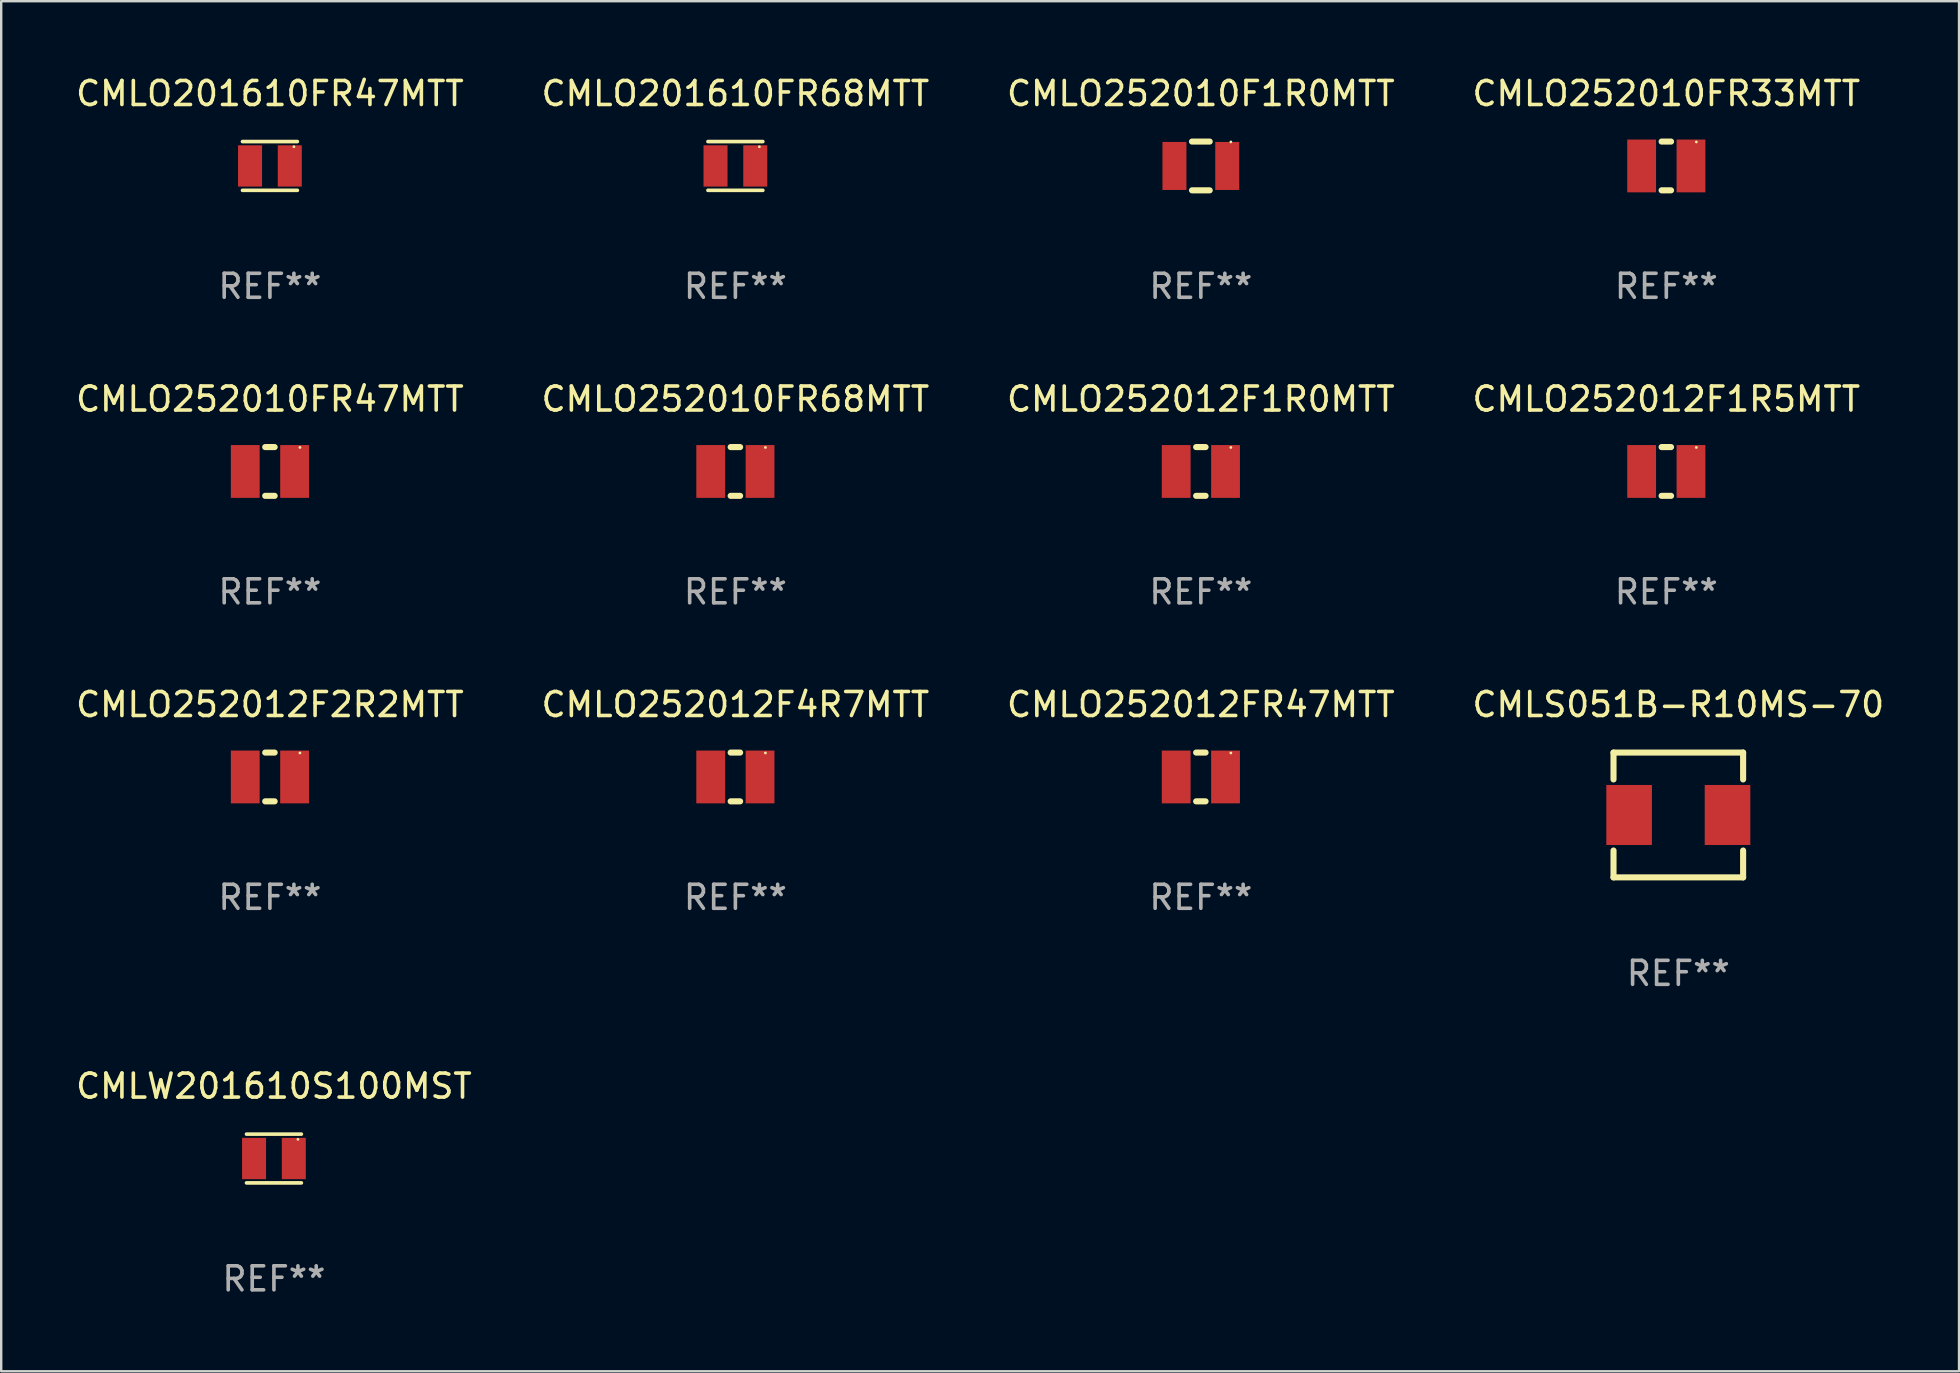
<source format=kicad_pcb>
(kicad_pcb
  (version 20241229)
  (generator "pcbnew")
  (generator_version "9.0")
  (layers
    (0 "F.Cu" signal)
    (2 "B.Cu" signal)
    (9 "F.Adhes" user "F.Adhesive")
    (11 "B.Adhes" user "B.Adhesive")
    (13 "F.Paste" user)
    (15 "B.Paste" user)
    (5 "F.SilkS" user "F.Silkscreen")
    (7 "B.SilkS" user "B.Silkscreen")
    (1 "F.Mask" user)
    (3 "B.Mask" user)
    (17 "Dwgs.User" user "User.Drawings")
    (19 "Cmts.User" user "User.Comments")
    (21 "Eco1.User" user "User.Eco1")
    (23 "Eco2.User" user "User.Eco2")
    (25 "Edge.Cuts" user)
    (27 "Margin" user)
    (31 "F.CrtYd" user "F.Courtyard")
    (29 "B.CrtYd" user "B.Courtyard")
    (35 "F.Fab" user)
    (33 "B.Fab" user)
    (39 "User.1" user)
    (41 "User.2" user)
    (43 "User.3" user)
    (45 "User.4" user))
  (footprint "CMLO252010F1R0MTT"
    (layer "F.Cu")
    (at 46.982 3.864)
    (property "Reference" "CMLO252010F1R0MTT" (at 0 -3.016 0) (layer "F.SilkS") (effects (font (size 1 1) (thickness 0.15))))
    (attr through_hole)
    (fp_line (start -0.369 1.016) (end 0.369 1.016) (stroke (width 0.254) (type solid)) (layer "F.SilkS"))
    (fp_line (start 0.369 -1.016) (end -0.369 -1.016) (stroke (width 0.254) (type solid)) (layer "F.SilkS"))
    (fp_circle (center 1.25 -1) (end 1.28 -1) (stroke (width 0.06) (type solid)) (fill no) (layer "F.SilkS"))
    (fp_text user "REF**" (at 0 5.016 0) (layer "F.Fab") (effects (font (size 1 1) (thickness 0.15))))
    (pad "1" smd rect (at 1.1 0) (size 1 2) (layers "F.Cu" "F.Mask" "F.Paste"))
    (pad "2" smd rect (at -1.1 0) (size 1 2) (layers "F.Cu" "F.Mask" "F.Paste")))
  (footprint "CMLO201610FR68MTT"
    (layer "F.Cu")
    (at 27.589 3.864)
    (property "Reference" "CMLO201610FR68MTT" (at 0 -3.016 0) (layer "F.SilkS") (effects (font (size 1 1) (thickness 0.15))))
    (attr through_hole)
    (fp_line (start -1.143 -1.016) (end 1.143 -1.016) (stroke (width 0.152) (type solid)) (layer "F.SilkS"))
    (fp_line (start 1.143 1.016) (end -1.143 1.016) (stroke (width 0.152) (type solid)) (layer "F.SilkS"))
    (fp_circle (center 1 -0.8) (end 1.03 -0.8) (stroke (width 0.06) (type solid)) (fill no) (layer "F.SilkS"))
    (fp_text user "REF**" (at 0 5.016 0) (layer "F.Fab") (effects (font (size 1 1) (thickness 0.15))))
    (pad "1" smd rect (at 0.828 0) (size 1 1.72) (layers "F.Cu" "F.Mask" "F.Paste"))
    (pad "2" smd rect (at -0.828 0) (size 1 1.72) (layers "F.Cu" "F.Mask" "F.Paste")))
  (footprint "CMLS051B-R10MS-70"
    (layer "F.Cu")
    (at 66.875 30.905)
    (property "Reference" "CMLS051B-R10MS-70" (at 0 -4.6 0) (layer "F.SilkS") (effects (font (size 1 1) (thickness 0.15))))
    (attr through_hole)
    (fp_line (start -2.7 -2.6) (end -2.7 -1.481) (stroke (width 0.254) (type solid)) (layer "F.SilkS"))
    (fp_line (start -2.7 -2.6) (end 2.7 -2.6) (stroke (width 0.254) (type solid)) (layer "F.SilkS"))
    (fp_line (start -2.7 1.481) (end -2.7 2.6) (stroke (width 0.254) (type solid)) (layer "F.SilkS"))
    (fp_line (start 2.7 -1.481) (end 2.7 -2.6) (stroke (width 0.254) (type solid)) (layer "F.SilkS"))
    (fp_line (start 2.7 2.6) (end -2.7 2.6) (stroke (width 0.254) (type solid)) (layer "F.SilkS"))
    (fp_line (start 2.7 2.6) (end 2.7 1.481) (stroke (width 0.254) (type solid)) (layer "F.SilkS"))
    (fp_circle (center -2.7 2.6) (end -2.67 2.6) (stroke (width 0.06) (type solid)) (fill no) (layer "F.SilkS"))
    (fp_text user "REF**" (at 0 6.6 0) (layer "F.Fab") (effects (font (size 1 1) (thickness 0.15))))
    (pad "1" smd rect (at -2.05 0) (size 1.9 2.5) (layers "F.Cu" "F.Mask" "F.Paste"))
    (pad "2" smd rect (at 2.05 0) (size 1.9 2.5) (layers "F.Cu" "F.Mask" "F.Paste")))
  (footprint "CMLO201610FR47MTT"
    (layer "F.Cu")
    (at 8.196 3.864)
    (property "Reference" "CMLO201610FR47MTT" (at 0 -3.016 0) (layer "F.SilkS") (effects (font (size 1 1) (thickness 0.15))))
    (attr through_hole)
    (fp_line (start -1.143 -1.016) (end 1.143 -1.016) (stroke (width 0.152) (type solid)) (layer "F.SilkS"))
    (fp_line (start 1.143 1.016) (end -1.143 1.016) (stroke (width 0.152) (type solid)) (layer "F.SilkS"))
    (fp_circle (center 1 -0.8) (end 1.03 -0.8) (stroke (width 0.06) (type solid)) (fill no) (layer "F.SilkS"))
    (fp_text user "REF**" (at 0 5.016 0) (layer "F.Fab") (effects (font (size 1 1) (thickness 0.15))))
    (pad "1" smd rect (at 0.828 0) (size 1 1.72) (layers "F.Cu" "F.Mask" "F.Paste"))
    (pad "2" smd rect (at -0.828 0) (size 1 1.72) (layers "F.Cu" "F.Mask" "F.Paste")))
  (footprint "CMLO252012FR47MTT"
    (layer "F.Cu")
    (at 46.982 29.321)
    (property "Reference" "CMLO252012FR47MTT" (at 0 -3.016 0) (layer "F.SilkS") (effects (font (size 1 1) (thickness 0.15))))
    (attr through_hole)
    (fp_line (start -0.197 1.016) (end 0.197 1.016) (stroke (width 0.254) (type solid)) (layer "F.SilkS"))
    (fp_line (start 0.197 -1.016) (end -0.197 -1.016) (stroke (width 0.254) (type solid)) (layer "F.SilkS"))
    (fp_circle (center 1.25 -1) (end 1.28 -1) (stroke (width 0.06) (type solid)) (fill no) (layer "F.SilkS"))
    (fp_text user "REF**" (at 0 5.016 0) (layer "F.Fab") (effects (font (size 1 1) (thickness 0.15))))
    (pad "1" smd rect (at 1.028 0) (size 1.2 2.2) (layers "F.Cu" "F.Mask" "F.Paste"))
    (pad "2" smd rect (at -1.028 0) (size 1.2 2.2) (layers "F.Cu" "F.Mask" "F.Paste")))
  (footprint "CMLO252012F1R0MTT"
    (layer "F.Cu")
    (at 46.982 16.593)
    (property "Reference" "CMLO252012F1R0MTT" (at 0 -3.016 0) (layer "F.SilkS") (effects (font (size 1 1) (thickness 0.15))))
    (attr through_hole)
    (fp_line (start -0.197 1.016) (end 0.197 1.016) (stroke (width 0.254) (type solid)) (layer "F.SilkS"))
    (fp_line (start 0.197 -1.016) (end -0.197 -1.016) (stroke (width 0.254) (type solid)) (layer "F.SilkS"))
    (fp_circle (center 1.25 -1) (end 1.28 -1) (stroke (width 0.06) (type solid)) (fill no) (layer "F.SilkS"))
    (fp_text user "REF**" (at 0 5.016 0) (layer "F.Fab") (effects (font (size 1 1) (thickness 0.15))))
    (pad "1" smd rect (at 1.028 0) (size 1.2 2.2) (layers "F.Cu" "F.Mask" "F.Paste"))
    (pad "2" smd rect (at -1.028 0) (size 1.2 2.2) (layers "F.Cu" "F.Mask" "F.Paste")))
  (footprint "CMLO252012F4R7MTT"
    (layer "F.Cu")
    (at 27.589 29.321)
    (property "Reference" "CMLO252012F4R7MTT" (at 0 -3.016 0) (layer "F.SilkS") (effects (font (size 1 1) (thickness 0.15))))
    (attr through_hole)
    (fp_line (start -0.197 1.016) (end 0.197 1.016) (stroke (width 0.254) (type solid)) (layer "F.SilkS"))
    (fp_line (start 0.197 -1.016) (end -0.197 -1.016) (stroke (width 0.254) (type solid)) (layer "F.SilkS"))
    (fp_circle (center 1.25 -1) (end 1.28 -1) (stroke (width 0.06) (type solid)) (fill no) (layer "F.SilkS"))
    (fp_text user "REF**" (at 0 5.016 0) (layer "F.Fab") (effects (font (size 1 1) (thickness 0.15))))
    (pad "1" smd rect (at 1.028 0) (size 1.2 2.2) (layers "F.Cu" "F.Mask" "F.Paste"))
    (pad "2" smd rect (at -1.028 0) (size 1.2 2.2) (layers "F.Cu" "F.Mask" "F.Paste")))
  (footprint "CMLO252012F2R2MTT"
    (layer "F.Cu")
    (at 8.196 29.321)
    (property "Reference" "CMLO252012F2R2MTT" (at 0 -3.016 0) (layer "F.SilkS") (effects (font (size 1 1) (thickness 0.15))))
    (attr through_hole)
    (fp_line (start -0.197 1.016) (end 0.197 1.016) (stroke (width 0.254) (type solid)) (layer "F.SilkS"))
    (fp_line (start 0.197 -1.016) (end -0.197 -1.016) (stroke (width 0.254) (type solid)) (layer "F.SilkS"))
    (fp_circle (center 1.25 -1) (end 1.28 -1) (stroke (width 0.06) (type solid)) (fill no) (layer "F.SilkS"))
    (fp_text user "REF**" (at 0 5.016 0) (layer "F.Fab") (effects (font (size 1 1) (thickness 0.15))))
    (pad "1" smd rect (at 1.028 0) (size 1.2 2.2) (layers "F.Cu" "F.Mask" "F.Paste"))
    (pad "2" smd rect (at -1.028 0) (size 1.2 2.2) (layers "F.Cu" "F.Mask" "F.Paste")))
  (footprint "CMLO252012F1R5MTT"
    (layer "F.Cu")
    (at 66.375 16.593)
    (property "Reference" "CMLO252012F1R5MTT" (at 0 -3.016 0) (layer "F.SilkS") (effects (font (size 1 1) (thickness 0.15))))
    (attr through_hole)
    (fp_line (start -0.197 1.016) (end 0.197 1.016) (stroke (width 0.254) (type solid)) (layer "F.SilkS"))
    (fp_line (start 0.197 -1.016) (end -0.197 -1.016) (stroke (width 0.254) (type solid)) (layer "F.SilkS"))
    (fp_circle (center 1.25 -1) (end 1.28 -1) (stroke (width 0.06) (type solid)) (fill no) (layer "F.SilkS"))
    (fp_text user "REF**" (at 0 5.016 0) (layer "F.Fab") (effects (font (size 1 1) (thickness 0.15))))
    (pad "1" smd rect (at 1.028 0) (size 1.2 2.2) (layers "F.Cu" "F.Mask" "F.Paste"))
    (pad "2" smd rect (at -1.028 0) (size 1.2 2.2) (layers "F.Cu" "F.Mask" "F.Paste")))
  (footprint "CMLO252010FR33MTT"
    (layer "F.Cu")
    (at 66.375 3.864)
    (property "Reference" "CMLO252010FR33MTT" (at 0 -3.016 0) (layer "F.SilkS") (effects (font (size 1 1) (thickness 0.15))))
    (attr through_hole)
    (fp_line (start -0.197 1.016) (end 0.197 1.016) (stroke (width 0.254) (type solid)) (layer "F.SilkS"))
    (fp_line (start 0.197 -1.016) (end -0.197 -1.016) (stroke (width 0.254) (type solid)) (layer "F.SilkS"))
    (fp_circle (center 1.25 -1) (end 1.28 -1) (stroke (width 0.06) (type solid)) (fill no) (layer "F.SilkS"))
    (fp_text user "REF**" (at 0 5.016 0) (layer "F.Fab") (effects (font (size 1 1) (thickness 0.15))))
    (pad "1" smd rect (at 1.028 0) (size 1.2 2.2) (layers "F.Cu" "F.Mask" "F.Paste"))
    (pad "2" smd rect (at -1.028 0) (size 1.2 2.2) (layers "F.Cu" "F.Mask" "F.Paste")))
  (footprint "CMLO252010FR68MTT"
    (layer "F.Cu")
    (at 27.589 16.593)
    (property "Reference" "CMLO252010FR68MTT" (at 0 -3.016 0) (layer "F.SilkS") (effects (font (size 1 1) (thickness 0.15))))
    (attr through_hole)
    (fp_line (start -0.197 1.016) (end 0.197 1.016) (stroke (width 0.254) (type solid)) (layer "F.SilkS"))
    (fp_line (start 0.197 -1.016) (end -0.197 -1.016) (stroke (width 0.254) (type solid)) (layer "F.SilkS"))
    (fp_circle (center 1.25 -1) (end 1.28 -1) (stroke (width 0.06) (type solid)) (fill no) (layer "F.SilkS"))
    (fp_text user "REF**" (at 0 5.016 0) (layer "F.Fab") (effects (font (size 1 1) (thickness 0.15))))
    (pad "1" smd rect (at 1.028 0) (size 1.2 2.2) (layers "F.Cu" "F.Mask" "F.Paste"))
    (pad "2" smd rect (at -1.028 0) (size 1.2 2.2) (layers "F.Cu" "F.Mask" "F.Paste")))
  (footprint "CMLW201610S100MST"
    (layer "F.Cu")
    (at 8.363 45.218)
    (property "Reference" "CMLW201610S100MST" (at 0 -3.016 0) (layer "F.SilkS") (effects (font (size 1 1) (thickness 0.15))))
    (attr through_hole)
    (fp_line (start -1.143 -1.016) (end 1.143 -1.016) (stroke (width 0.152) (type solid)) (layer "F.SilkS"))
    (fp_line (start 1.143 1.016) (end -1.143 1.016) (stroke (width 0.152) (type solid)) (layer "F.SilkS"))
    (fp_circle (center 1 -0.8) (end 1.03 -0.8) (stroke (width 0.06) (type solid)) (fill no) (layer "F.SilkS"))
    (fp_text user "REF**" (at 0 5.016 0) (layer "F.Fab") (effects (font (size 1 1) (thickness 0.15))))
    (pad "1" smd rect (at 0.828 0) (size 1 1.72) (layers "F.Cu" "F.Mask" "F.Paste"))
    (pad "2" smd rect (at -0.828 0) (size 1 1.72) (layers "F.Cu" "F.Mask" "F.Paste")))
  (footprint "CMLO252010FR47MTT"
    (layer "F.Cu")
    (at 8.196 16.593)
    (property "Reference" "CMLO252010FR47MTT" (at 0 -3.016 0) (layer "F.SilkS") (effects (font (size 1 1) (thickness 0.15))))
    (attr through_hole)
    (fp_line (start -0.197 1.016) (end 0.197 1.016) (stroke (width 0.254) (type solid)) (layer "F.SilkS"))
    (fp_line (start 0.197 -1.016) (end -0.197 -1.016) (stroke (width 0.254) (type solid)) (layer "F.SilkS"))
    (fp_circle (center 1.25 -1) (end 1.28 -1) (stroke (width 0.06) (type solid)) (fill no) (layer "F.SilkS"))
    (fp_text user "REF**" (at 0 5.016 0) (layer "F.Fab") (effects (font (size 1 1) (thickness 0.15))))
    (pad "1" smd rect (at 1.028 0) (size 1.2 2.2) (layers "F.Cu" "F.Mask" "F.Paste"))
    (pad "2" smd rect (at -1.028 0) (size 1.2 2.2) (layers "F.Cu" "F.Mask" "F.Paste")))
  (gr_rect
    (start -3 -3)
    (end 78.571 54.082)
    (stroke (width 0.1) (type default))
    (fill no)
    (layer "Edge.Cuts")))
</source>
